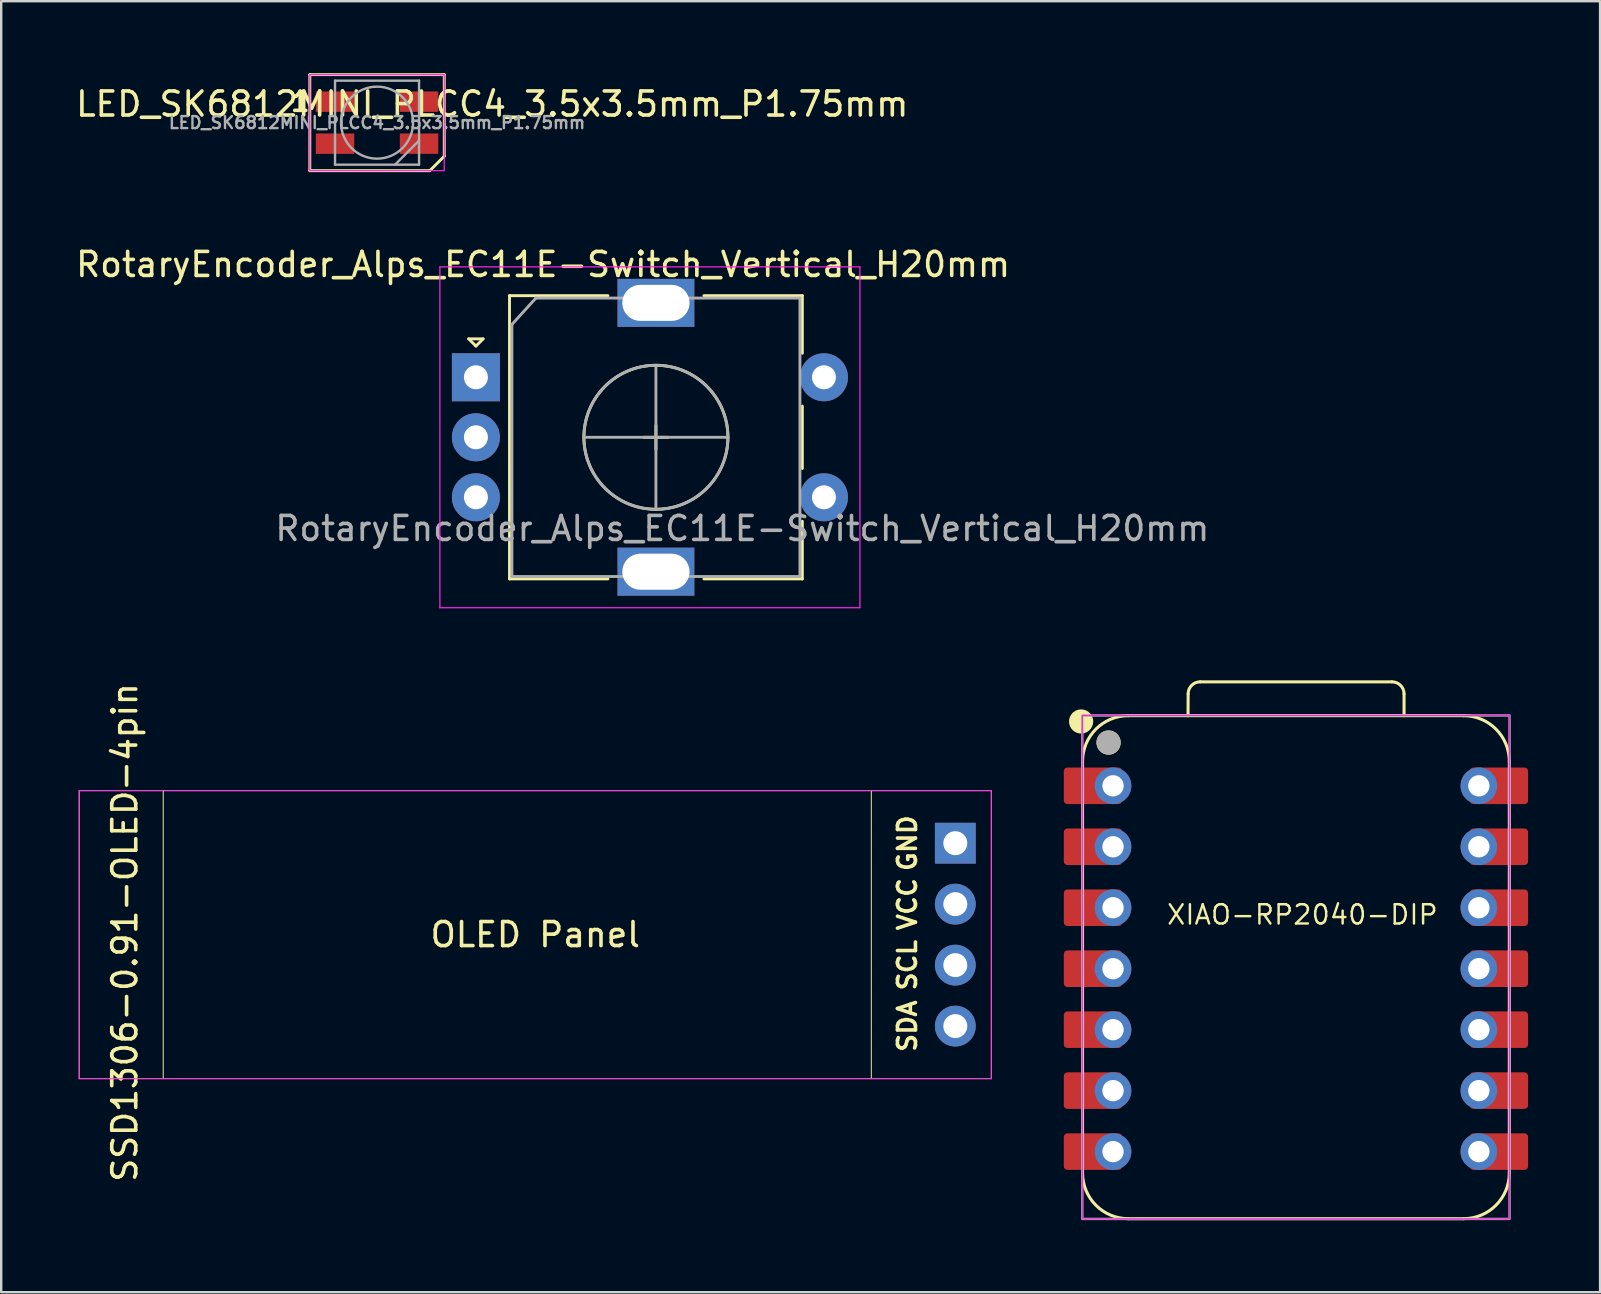
<source format=kicad_pcb>
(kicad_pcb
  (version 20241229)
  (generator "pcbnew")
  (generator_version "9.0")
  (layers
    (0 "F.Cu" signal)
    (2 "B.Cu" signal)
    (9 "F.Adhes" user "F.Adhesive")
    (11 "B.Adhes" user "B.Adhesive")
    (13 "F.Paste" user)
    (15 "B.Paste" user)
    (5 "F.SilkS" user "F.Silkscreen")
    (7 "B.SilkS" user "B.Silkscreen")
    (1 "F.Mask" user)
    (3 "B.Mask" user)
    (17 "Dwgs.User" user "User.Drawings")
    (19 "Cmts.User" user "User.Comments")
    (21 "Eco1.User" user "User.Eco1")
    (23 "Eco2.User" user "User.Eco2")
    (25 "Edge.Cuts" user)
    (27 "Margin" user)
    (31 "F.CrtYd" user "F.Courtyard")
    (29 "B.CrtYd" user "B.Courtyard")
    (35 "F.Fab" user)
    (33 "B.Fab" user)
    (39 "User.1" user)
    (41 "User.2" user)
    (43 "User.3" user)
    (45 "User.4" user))
  (footprint "SSD1306-0.91-OLED-4pin"
    (layer "F.Cu")
    (at 0.25 29.889)
    (property "Reference" "SSD1306-0.91-OLED-4pin" (at 1.9 5.91 90) (layer "F.SilkS") (effects (font (size 1 1) (thickness 0.15))))
    (attr through_hole)
    (fp_line (start 0 0) (end 0 12) (stroke (width 0.04) (type solid)) (layer "F.SilkS"))
    (fp_line (start 0 12) (end 38 12) (stroke (width 0.04) (type solid)) (layer "F.SilkS"))
    (fp_line (start 3.5 0) (end 3.5 12) (stroke (width 0.04) (type solid)) (layer "F.SilkS"))
    (fp_line (start 33 0) (end 33 12) (stroke (width 0.04) (type solid)) (layer "F.SilkS"))
    (fp_line (start 38 0) (end 0 0) (stroke (width 0.04) (type solid)) (layer "F.SilkS"))
    (fp_line (start 38 12) (end 38 0) (stroke (width 0.04) (type solid)) (layer "F.SilkS"))
    (fp_line (start 0 0) (end 0 12) (stroke (width 0.04) (type solid)) (layer "F.CrtYd"))
    (fp_line (start 0 12) (end 38 12) (stroke (width 0.04) (type solid)) (layer "F.CrtYd"))
    (fp_line (start 38 0) (end 0 0) (stroke (width 0.04) (type solid)) (layer "F.CrtYd"))
    (fp_line (start 38 12) (end 38 0) (stroke (width 0.04) (type solid)) (layer "F.CrtYd"))
    (fp_text user "GND" (at 34.5 2.19 270) (layer "F.SilkS") (effects (font (size 0.75 0.75) (thickness 0.15))))
    (fp_text user "SDA" (at 34.5 9.81 270) (layer "F.SilkS") (effects (font (size 0.75 0.75) (thickness 0.15))))
    (fp_text user "OLED Panel" (at 19 6 0) (layer "F.SilkS") (effects (font (size 1 1) (thickness 0.15))))
    (fp_text user "SCL" (at 34.5 7.27 270) (layer "F.SilkS") (effects (font (size 0.75 0.75) (thickness 0.15))))
    (fp_text user "VCC" (at 34.5 4.73 270) (layer "F.SilkS") (effects (font (size 0.75 0.75) (thickness 0.15))))
    (pad "1" thru_hole rect (at 36.5 2.19) (size 1.7 1.7) (drill 1) (layers "*.Cu" "*.Mask"))
    (pad "2" thru_hole oval (at 36.5 4.73) (size 1.7 1.7) (drill 1) (layers "*.Cu" "*.Mask"))
    (pad "3" thru_hole oval (at 36.5 7.27) (size 1.7 1.7) (drill 1) (layers "*.Cu" "*.Mask"))
    (pad "4" thru_hole oval (at 36.5 9.81) (size 1.7 1.7) (drill 1) (layers "*.Cu" "*.Mask")))
  (footprint "XIAO-RP2040-DIP"
    (layer "F.Cu")
    (at 50.941 37.308)
    (property "Reference" "XIAO-RP2040-DIP" (at 0.269 -2.25 0) (unlocked yes) (layer "F.SilkS") (effects (font (size 0.8 0.8) (thickness 0.102))))
    (attr smd)
    (fp_line (start -8.89 8.509) (end -8.89 -8.636) (stroke (width 0.127) (type solid)) (layer "F.SilkS"))
    (fp_line (start -6.985 10.414) (end 6.985 10.414) (stroke (width 0.127) (type solid)) (layer "F.SilkS"))
    (fp_line (start -4.495 -10.541) (end -4.491 -11.451) (stroke (width 0.127) (type solid)) (layer "F.SilkS"))
    (fp_line (start -3.991 -11.951) (end 4.004 -11.951) (stroke (width 0.127) (type solid)) (layer "F.SilkS"))
    (fp_line (start 4.504 -11.451) (end 4.504 -10.541) (stroke (width 0.127) (type solid)) (layer "F.SilkS"))
    (fp_line (start 6.985 -10.541) (end -6.985 -10.541) (stroke (width 0.1) (type solid)) (layer "F.SilkS"))
    (fp_line (start 6.985 -10.541) (end -6.985 -10.541) (stroke (width 0.127) (type solid)) (layer "F.SilkS"))
    (fp_line (start 8.89 8.509) (end 8.89 -8.636) (stroke (width 0.127) (type solid)) (layer "F.SilkS"))
    (fp_arc (start -8.89 -8.636) (mid -8.332038 -9.983038) (end -6.985 -10.541) (stroke (width 0.127) (type solid)) (layer "F.SilkS"))
    (fp_arc (start -6.985 10.414) (mid -8.332038 9.856038) (end -8.89 8.509) (stroke (width 0.127) (type solid)) (layer "F.SilkS"))
    (fp_arc (start -4.491272 -11.451272) (mid -4.344728 -11.80464) (end -3.991272 -11.951) (stroke (width 0.127) (type default)) (layer "F.SilkS"))
    (fp_arc (start 4.004 -11.951) (mid 4.357553 -11.804553) (end 4.504 -11.451) (stroke (width 0.127) (type default)) (layer "F.SilkS"))
    (fp_arc (start 6.985 -10.541) (mid 8.332038 -9.983038) (end 8.89 -8.636) (stroke (width 0.127) (type solid)) (layer "F.SilkS"))
    (fp_arc (start 8.89 8.509) (mid 8.332038 9.856038) (end 6.985 10.414) (stroke (width 0.127) (type solid)) (layer "F.SilkS"))
    (fp_circle (center -8.95 -10.3) (end -8.95 -10.554) (stroke (width 0.5) (type solid)) (fill yes) (layer "F.SilkS"))
    (fp_circle (center -7.807 -9.42) (end -7.807 -9.674) (stroke (width 0.5) (type solid)) (fill yes) (layer "F.SilkS"))
    (fp_rect (start -8.9 -10.55) (end 8.9 10.425) (stroke (width 0.05) (type default)) (fill no) (layer "F.CrtYd"))
    (fp_rect (start -8.9 -10.55) (end 8.9 10.425) (stroke (width 0.1) (type default)) (fill no) (layer "F.Fab"))
    (fp_circle (center -7.804 -9.426) (end -7.804 -9.68) (stroke (width 0.5) (type solid)) (fill yes) (layer "F.Fab"))
    (pad "1" smd roundrect (at -8.455 -7.62 180) (size 2.432 1.524) (layers "F.Cu" "F.Mask") (roundrect_rratio 0.1))
    (pad "1" thru_hole circle (at -7.62 -7.62 180) (size 1.524 1.524) (drill 0.889) (layers "*.Cu" "*.Mask"))
    (pad "2" smd roundrect (at -8.455 -5.08 180) (size 2.432 1.524) (layers "F.Cu" "F.Mask") (roundrect_rratio 0.1))
    (pad "2" thru_hole circle (at -7.62 -5.08 180) (size 1.524 1.524) (drill 0.889) (layers "*.Cu" "*.Mask"))
    (pad "3" smd roundrect (at -8.455 -2.54 180) (size 2.432 1.524) (layers "F.Cu" "F.Mask") (roundrect_rratio 0.1))
    (pad "3" thru_hole circle (at -7.62 -2.54 180) (size 1.524 1.524) (drill 0.889) (layers "*.Cu" "*.Mask"))
    (pad "4" smd roundrect (at -8.455 0 180) (size 2.432 1.524) (layers "F.Cu" "F.Mask") (roundrect_rratio 0.1))
    (pad "4" thru_hole circle (at -7.62 0 180) (size 1.524 1.524) (drill 0.889) (layers "*.Cu" "*.Mask"))
    (pad "5" smd roundrect (at -8.455 2.54 180) (size 2.432 1.524) (layers "F.Cu" "F.Mask") (roundrect_rratio 0.1))
    (pad "5" thru_hole circle (at -7.62 2.54 180) (size 1.524 1.524) (drill 0.889) (layers "*.Cu" "*.Mask"))
    (pad "6" smd roundrect (at -8.455 5.08 180) (size 2.432 1.524) (layers "F.Cu" "F.Mask") (roundrect_rratio 0.1))
    (pad "6" thru_hole circle (at -7.62 5.08 180) (size 1.524 1.524) (drill 0.889) (layers "*.Cu" "*.Mask"))
    (pad "7" smd roundrect (at -8.455 7.62 180) (size 2.432 1.524) (layers "F.Cu" "F.Mask") (roundrect_rratio 0.1))
    (pad "7" thru_hole circle (at -7.62 7.62 180) (size 1.524 1.524) (drill 0.889) (layers "*.Cu" "*.Mask"))
    (pad "8" thru_hole circle (at 7.62 7.62) (size 1.524 1.524) (drill 0.889) (layers "*.Cu" "*.Mask"))
    (pad "8" smd roundrect (at 8.455 7.62) (size 2.432 1.524) (layers "F.Cu" "F.Mask") (roundrect_rratio 0.1))
    (pad "9" thru_hole circle (at 7.62 5.08) (size 1.524 1.524) (drill 0.889) (layers "*.Cu" "*.Mask"))
    (pad "9" smd roundrect (at 8.455 5.08) (size 2.432 1.524) (layers "F.Cu" "F.Mask") (roundrect_rratio 0.1))
    (pad "10" thru_hole circle (at 7.62 2.54) (size 1.524 1.524) (drill 0.889) (layers "*.Cu" "*.Mask"))
    (pad "10" smd roundrect (at 8.455 2.54) (size 2.432 1.524) (layers "F.Cu" "F.Mask") (roundrect_rratio 0.1))
    (pad "11" thru_hole circle (at 7.62 0) (size 1.524 1.524) (drill 0.889) (layers "*.Cu" "*.Mask"))
    (pad "11" smd roundrect (at 8.455 0) (size 2.432 1.524) (layers "F.Cu" "F.Mask") (roundrect_rratio 0.1))
    (pad "12" thru_hole circle (at 7.62 -2.54) (size 1.524 1.524) (drill 0.889) (layers "*.Cu" "*.Mask"))
    (pad "12" smd roundrect (at 8.455 -2.54) (size 2.432 1.524) (layers "F.Cu" "F.Mask") (roundrect_rratio 0.1))
    (pad "13" thru_hole circle (at 7.62 -5.08) (size 1.524 1.524) (drill 0.889) (layers "*.Cu" "*.Mask"))
    (pad "13" smd roundrect (at 8.455 -5.08) (size 2.432 1.524) (layers "F.Cu" "F.Mask") (roundrect_rratio 0.1))
    (pad "14" thru_hole circle (at 7.62 -7.62) (size 1.524 1.524) (drill 0.889) (layers "*.Cu" "*.Mask"))
    (pad "14" smd roundrect (at 8.455 -7.62) (size 2.432 1.524) (layers "F.Cu" "F.Mask") (roundrect_rratio 0.1)))
  (footprint "LED_SK6812MINI_PLCC4_3.5x3.5mm_P1.75mm"
    (layer "F.Cu")
    (at 12.658 2.06)
    (property "Reference" "LED_SK6812MINI_PLCC4_3.5x3.5mm_P1.75mm" (at 4.8 -0.775 0) (layer "F.SilkS") (effects (font (size 1 1) (thickness 0.15))))
    (attr smd)
    (fp_line (start -2.8 -2) (end -2.8 2) (stroke (width 0.12) (type default)) (layer "F.SilkS"))
    (fp_line (start -2.8 -2) (end 2.8 -2) (stroke (width 0.12) (type solid)) (layer "F.SilkS"))
    (fp_line (start -2.8 2) (end 2.2 2) (stroke (width 0.12) (type solid)) (layer "F.SilkS"))
    (fp_line (start 2.8 1.4) (end 2.2 2) (stroke (width 0.12) (type default)) (layer "F.SilkS"))
    (fp_line (start 2.8 1.4) (end 2.8 -2) (stroke (width 0.12) (type solid)) (layer "F.SilkS"))
    (fp_line (start -2.8 -2) (end -2.8 2) (stroke (width 0.05) (type solid)) (layer "F.CrtYd"))
    (fp_line (start -2.8 2) (end 2.8 2) (stroke (width 0.05) (type solid)) (layer "F.CrtYd"))
    (fp_line (start 2.8 -2) (end -2.8 -2) (stroke (width 0.05) (type solid)) (layer "F.CrtYd"))
    (fp_line (start 2.8 2) (end 2.8 -2) (stroke (width 0.05) (type solid)) (layer "F.CrtYd"))
    (fp_line (start -1.75 -1.75) (end -1.75 1.75) (stroke (width 0.1) (type solid)) (layer "F.Fab"))
    (fp_line (start -1.75 1.75) (end 1.75 1.75) (stroke (width 0.1) (type solid)) (layer "F.Fab"))
    (fp_line (start 1.75 -1.75) (end -1.75 -1.75) (stroke (width 0.1) (type solid)) (layer "F.Fab"))
    (fp_line (start 1.75 0.75) (end 0.75 1.75) (stroke (width 0.1) (type solid)) (layer "F.Fab"))
    (fp_line (start 1.75 1.75) (end 1.75 -1.75) (stroke (width 0.1) (type solid)) (layer "F.Fab"))
    (fp_circle (center 0 0) (end 0 -1.5) (stroke (width 0.1) (type solid)) (fill no) (layer "F.Fab"))
    (fp_text user "1" (at -3.2 -0.875 0) (unlocked yes) (layer "F.SilkS") (effects (font (size 0.8 0.8) (thickness 0.15))))
    (fp_text user "${REFERENCE}" (at 0 0 0) (layer "F.Fab") (effects (font (size 0.5 0.5) (thickness 0.1))))
    (pad "1" smd rect (at -1.75 -0.875) (size 1.6 0.85) (layers "F.Cu" "F.Mask" "F.Paste"))
    (pad "2" smd rect (at -1.75 0.875) (size 1.6 0.85) (layers "F.Cu" "F.Mask" "F.Paste"))
    (pad "3" smd rect (at 1.75 0.875) (size 1.6 0.85) (layers "F.Cu" "F.Mask" "F.Paste"))
    (pad "4" smd rect (at 1.75 -0.875) (size 1.6 0.85) (layers "F.Cu" "F.Mask" "F.Paste")))
  (footprint "RotaryEncoder_Alps_EC11E-Switch_Vertical_H20mm"
    (layer "F.Cu")
    (at 16.777 12.668)
    (property "Reference" "RotaryEncoder_Alps_EC11E-Switch_Vertical_H20mm" (at 2.8 -4.7 0) (layer "F.SilkS") (effects (font (size 1 1) (thickness 0.15))))
    (attr through_hole)
    (fp_line (start -0.3 -1.6) (end 0.3 -1.6) (stroke (width 0.12) (type solid)) (layer "F.SilkS"))
    (fp_line (start 0 -1.3) (end -0.3 -1.6) (stroke (width 0.12) (type solid)) (layer "F.SilkS"))
    (fp_line (start 0.3 -1.6) (end 0 -1.3) (stroke (width 0.12) (type solid)) (layer "F.SilkS"))
    (fp_line (start 1.4 -3.4) (end 1.4 8.4) (stroke (width 0.12) (type solid)) (layer "F.SilkS"))
    (fp_line (start 5.5 -3.4) (end 1.4 -3.4) (stroke (width 0.12) (type solid)) (layer "F.SilkS"))
    (fp_line (start 5.5 8.4) (end 1.4 8.4) (stroke (width 0.12) (type solid)) (layer "F.SilkS"))
    (fp_line (start 7 2.5) (end 8 2.5) (stroke (width 0.12) (type solid)) (layer "F.SilkS"))
    (fp_line (start 7.5 2) (end 7.5 3) (stroke (width 0.12) (type solid)) (layer "F.SilkS"))
    (fp_line (start 9.5 -3.4) (end 13.6 -3.4) (stroke (width 0.12) (type solid)) (layer "F.SilkS"))
    (fp_line (start 13.6 -3.4) (end 13.6 -1) (stroke (width 0.12) (type solid)) (layer "F.SilkS"))
    (fp_line (start 13.6 1.2) (end 13.6 3.8) (stroke (width 0.12) (type solid)) (layer "F.SilkS"))
    (fp_line (start 13.6 6) (end 13.6 8.4) (stroke (width 0.12) (type solid)) (layer "F.SilkS"))
    (fp_line (start 13.6 8.4) (end 9.5 8.4) (stroke (width 0.12) (type solid)) (layer "F.SilkS"))
    (fp_circle (center 7.5 2.5) (end 10.5 2.5) (stroke (width 0.12) (type solid)) (fill no) (layer "F.SilkS"))
    (fp_line (start -1.5 -4.6) (end -1.5 9.6) (stroke (width 0.05) (type solid)) (layer "F.CrtYd"))
    (fp_line (start -1.5 -4.6) (end 16 -4.6) (stroke (width 0.05) (type solid)) (layer "F.CrtYd"))
    (fp_line (start 16 9.6) (end -1.5 9.6) (stroke (width 0.05) (type solid)) (layer "F.CrtYd"))
    (fp_line (start 16 9.6) (end 16 -4.6) (stroke (width 0.05) (type solid)) (layer "F.CrtYd"))
    (fp_line (start 1.5 -2.2) (end 2.5 -3.3) (stroke (width 0.12) (type solid)) (layer "F.Fab"))
    (fp_line (start 1.5 8.3) (end 1.5 -2.2) (stroke (width 0.12) (type solid)) (layer "F.Fab"))
    (fp_line (start 2.5 -3.3) (end 13.5 -3.3) (stroke (width 0.12) (type solid)) (layer "F.Fab"))
    (fp_line (start 4.5 2.5) (end 10.5 2.5) (stroke (width 0.12) (type solid)) (layer "F.Fab"))
    (fp_line (start 7.5 -0.5) (end 7.5 5.5) (stroke (width 0.12) (type solid)) (layer "F.Fab"))
    (fp_line (start 13.5 -3.3) (end 13.5 8.3) (stroke (width 0.12) (type solid)) (layer "F.Fab"))
    (fp_line (start 13.5 8.3) (end 1.5 8.3) (stroke (width 0.12) (type solid)) (layer "F.Fab"))
    (fp_circle (center 7.5 2.5) (end 10.5 2.5) (stroke (width 0.12) (type solid)) (fill no) (layer "F.Fab"))
    (fp_text user "${REFERENCE}" (at 11.1 6.3 0) (layer "F.Fab") (effects (font (size 1 1) (thickness 0.15))))
    (pad "A" thru_hole rect (at 0 0) (size 2 2) (drill 1) (layers "*.Cu" "*.Mask"))
    (pad "B" thru_hole circle (at 0 5) (size 2 2) (drill 1) (layers "*.Cu" "*.Mask"))
    (pad "C" thru_hole circle (at 0 2.5) (size 2 2) (drill 1) (layers "*.Cu" "*.Mask"))
    (pad "MP" thru_hole rect (at 7.5 -3.1) (size 3.2 2) (drill oval 2.8 1.5) (layers "*.Cu" "*.Mask"))
    (pad "MP" thru_hole rect (at 7.5 8.1) (size 3.2 2) (drill oval 2.8 1.5) (layers "*.Cu" "*.Mask"))
    (pad "S1" thru_hole circle (at 14.5 5) (size 2 2) (drill 1) (layers "*.Cu" "*.Mask"))
    (pad "S2" thru_hole circle (at 14.5 0) (size 2 2) (drill 1) (layers "*.Cu" "*.Mask")))
  (gr_rect
    (start -3 -3)
    (end 63.612 50.785)
    (stroke (width 0.1) (type default))
    (fill no)
    (layer "Edge.Cuts")))
</source>
